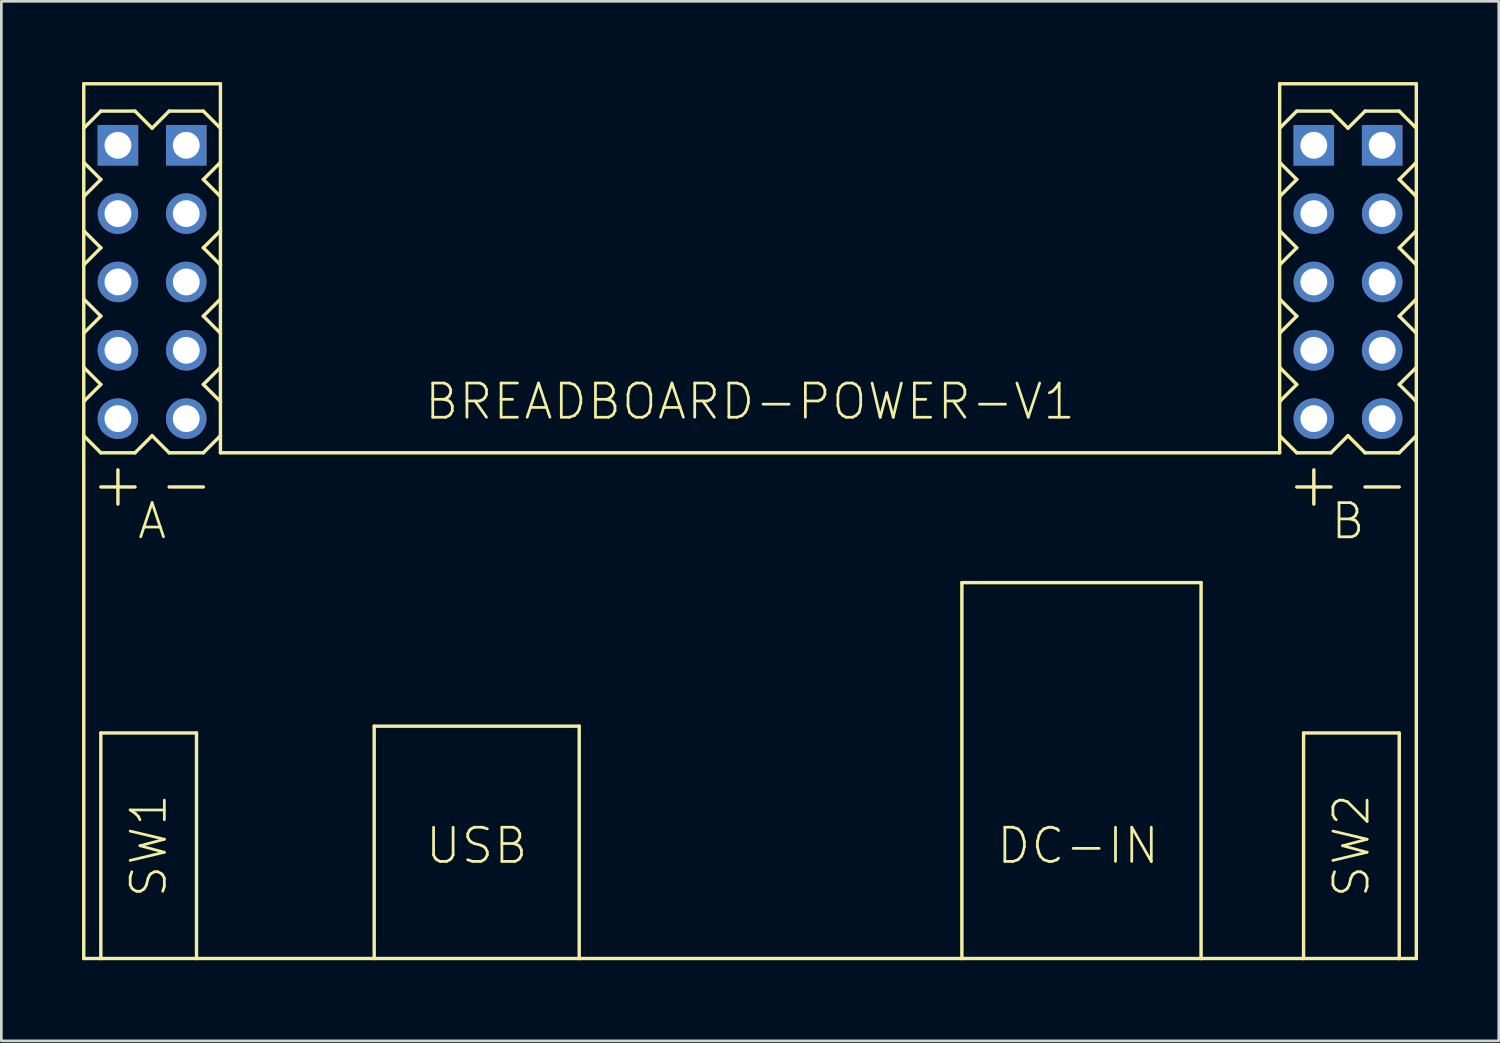
<source format=kicad_pcb>
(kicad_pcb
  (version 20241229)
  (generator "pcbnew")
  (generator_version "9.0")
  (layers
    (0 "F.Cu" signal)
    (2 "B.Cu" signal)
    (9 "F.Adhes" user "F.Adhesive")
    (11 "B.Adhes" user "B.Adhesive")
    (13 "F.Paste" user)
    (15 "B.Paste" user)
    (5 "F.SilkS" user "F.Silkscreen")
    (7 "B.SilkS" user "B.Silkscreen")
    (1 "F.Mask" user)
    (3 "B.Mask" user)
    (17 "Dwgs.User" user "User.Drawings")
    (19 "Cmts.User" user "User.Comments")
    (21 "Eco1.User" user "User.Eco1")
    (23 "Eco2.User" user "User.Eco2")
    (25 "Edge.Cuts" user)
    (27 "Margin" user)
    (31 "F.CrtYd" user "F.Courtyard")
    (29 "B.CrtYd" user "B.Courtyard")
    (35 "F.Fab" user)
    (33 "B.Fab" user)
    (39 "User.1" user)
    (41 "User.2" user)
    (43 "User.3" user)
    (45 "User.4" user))
  (footprint "BREADBOARD-POWER-V1"
    (layer "F.Cu")
    (at 24.828 16.32)
    (property "Reference" "BREADBOARD-POWER-V1" (at 0 -4.445 0) (layer "F.SilkS") (effects (font (size 1.27 1.27) (thickness 0.102))))
    (attr exclude_from_pos_files exclude_from_bom)
    (fp_line (start -24.765 -16.256) (end -24.765 -13.335) (stroke (width 0.127) (type solid)) (layer "F.SilkS"))
    (fp_line (start -24.765 -13.335) (end -24.765 -12.065) (stroke (width 0.127) (type solid)) (layer "F.SilkS"))
    (fp_line (start -24.765 -13.335) (end -24.13 -12.7) (stroke (width 0.127) (type solid)) (layer "F.SilkS"))
    (fp_line (start -24.765 -12.065) (end -24.765 -10.795) (stroke (width 0.127) (type solid)) (layer "F.SilkS"))
    (fp_line (start -24.765 -10.795) (end -24.765 -9.525) (stroke (width 0.127) (type solid)) (layer "F.SilkS"))
    (fp_line (start -24.765 -10.795) (end -24.13 -10.16) (stroke (width 0.127) (type solid)) (layer "F.SilkS"))
    (fp_line (start -24.765 -9.525) (end -24.765 -8.255) (stroke (width 0.127) (type solid)) (layer "F.SilkS"))
    (fp_line (start -24.765 -8.255) (end -24.765 -6.985) (stroke (width 0.127) (type solid)) (layer "F.SilkS"))
    (fp_line (start -24.765 -8.255) (end -24.13 -7.62) (stroke (width 0.127) (type solid)) (layer "F.SilkS"))
    (fp_line (start -24.765 -6.985) (end -24.765 -5.715) (stroke (width 0.127) (type solid)) (layer "F.SilkS"))
    (fp_line (start -24.765 -5.715) (end -24.765 -4.445) (stroke (width 0.127) (type solid)) (layer "F.SilkS"))
    (fp_line (start -24.765 -5.715) (end -24.13 -5.08) (stroke (width 0.127) (type solid)) (layer "F.SilkS"))
    (fp_line (start -24.765 -4.445) (end -24.765 -3.175) (stroke (width 0.127) (type solid)) (layer "F.SilkS"))
    (fp_line (start -24.765 -3.175) (end -24.765 16.256) (stroke (width 0.127) (type solid)) (layer "F.SilkS"))
    (fp_line (start -24.765 -3.175) (end -24.13 -2.54) (stroke (width 0.127) (type solid)) (layer "F.SilkS"))
    (fp_line (start -24.765 16.256) (end -24.13 16.256) (stroke (width 0.127) (type solid)) (layer "F.SilkS"))
    (fp_line (start -24.13 -15.24) (end -24.765 -14.605) (stroke (width 0.127) (type solid)) (layer "F.SilkS"))
    (fp_line (start -24.13 -12.7) (end -24.765 -12.065) (stroke (width 0.127) (type solid)) (layer "F.SilkS"))
    (fp_line (start -24.13 -10.16) (end -24.765 -9.525) (stroke (width 0.127) (type solid)) (layer "F.SilkS"))
    (fp_line (start -24.13 -7.62) (end -24.765 -6.985) (stroke (width 0.127) (type solid)) (layer "F.SilkS"))
    (fp_line (start -24.13 -5.08) (end -24.765 -4.445) (stroke (width 0.127) (type solid)) (layer "F.SilkS"))
    (fp_line (start -24.13 -2.54) (end -22.86 -2.54) (stroke (width 0.127) (type solid)) (layer "F.SilkS"))
    (fp_line (start -24.13 -1.27) (end -22.86 -1.27) (stroke (width 0.127) (type solid)) (layer "F.SilkS"))
    (fp_line (start -24.13 16.256) (end -24.13 7.874) (stroke (width 0.127) (type solid)) (layer "F.SilkS"))
    (fp_line (start -24.13 16.256) (end -20.574 16.256) (stroke (width 0.127) (type solid)) (layer "F.SilkS"))
    (fp_line (start -23.495 -1.905) (end -23.495 -0.635) (stroke (width 0.127) (type solid)) (layer "F.SilkS"))
    (fp_line (start -22.86 -15.24) (end -24.13 -15.24) (stroke (width 0.127) (type solid)) (layer "F.SilkS"))
    (fp_line (start -22.86 -2.54) (end -22.225 -3.175) (stroke (width 0.127) (type solid)) (layer "F.SilkS"))
    (fp_line (start -22.225 -14.605) (end -22.86 -15.24) (stroke (width 0.127) (type solid)) (layer "F.SilkS"))
    (fp_line (start -22.225 -14.605) (end -21.59 -15.24) (stroke (width 0.127) (type solid)) (layer "F.SilkS"))
    (fp_line (start -22.225 -3.175) (end -21.59 -2.54) (stroke (width 0.127) (type solid)) (layer "F.SilkS"))
    (fp_line (start -21.59 -15.24) (end -20.32 -15.24) (stroke (width 0.127) (type solid)) (layer "F.SilkS"))
    (fp_line (start -21.59 -2.54) (end -20.32 -2.54) (stroke (width 0.127) (type solid)) (layer "F.SilkS"))
    (fp_line (start -21.59 -1.27) (end -20.32 -1.27) (stroke (width 0.127) (type solid)) (layer "F.SilkS"))
    (fp_line (start -20.574 7.874) (end -24.13 7.874) (stroke (width 0.127) (type solid)) (layer "F.SilkS"))
    (fp_line (start -20.574 16.256) (end -20.574 7.874) (stroke (width 0.127) (type solid)) (layer "F.SilkS"))
    (fp_line (start -20.574 16.256) (end -13.97 16.256) (stroke (width 0.127) (type solid)) (layer "F.SilkS"))
    (fp_line (start -20.32 -15.24) (end -19.685 -14.605) (stroke (width 0.127) (type solid)) (layer "F.SilkS"))
    (fp_line (start -20.32 -12.7) (end -19.685 -13.335) (stroke (width 0.127) (type solid)) (layer "F.SilkS"))
    (fp_line (start -20.32 -10.16) (end -19.685 -10.795) (stroke (width 0.127) (type solid)) (layer "F.SilkS"))
    (fp_line (start -20.32 -7.62) (end -19.685 -8.255) (stroke (width 0.127) (type solid)) (layer "F.SilkS"))
    (fp_line (start -20.32 -5.08) (end -19.685 -5.715) (stroke (width 0.127) (type solid)) (layer "F.SilkS"))
    (fp_line (start -20.32 -2.54) (end -19.685 -3.175) (stroke (width 0.127) (type solid)) (layer "F.SilkS"))
    (fp_line (start -19.685 -16.256) (end -24.765 -16.256) (stroke (width 0.127) (type solid)) (layer "F.SilkS"))
    (fp_line (start -19.685 -13.335) (end -19.685 -16.256) (stroke (width 0.127) (type solid)) (layer "F.SilkS"))
    (fp_line (start -19.685 -12.065) (end -20.32 -12.7) (stroke (width 0.127) (type solid)) (layer "F.SilkS"))
    (fp_line (start -19.685 -12.065) (end -19.685 -13.335) (stroke (width 0.127) (type solid)) (layer "F.SilkS"))
    (fp_line (start -19.685 -10.795) (end -19.685 -12.065) (stroke (width 0.127) (type solid)) (layer "F.SilkS"))
    (fp_line (start -19.685 -9.525) (end -20.32 -10.16) (stroke (width 0.127) (type solid)) (layer "F.SilkS"))
    (fp_line (start -19.685 -9.525) (end -19.685 -10.795) (stroke (width 0.127) (type solid)) (layer "F.SilkS"))
    (fp_line (start -19.685 -8.255) (end -19.685 -9.525) (stroke (width 0.127) (type solid)) (layer "F.SilkS"))
    (fp_line (start -19.685 -6.985) (end -20.32 -7.62) (stroke (width 0.127) (type solid)) (layer "F.SilkS"))
    (fp_line (start -19.685 -6.985) (end -19.685 -8.255) (stroke (width 0.127) (type solid)) (layer "F.SilkS"))
    (fp_line (start -19.685 -5.715) (end -19.685 -6.985) (stroke (width 0.127) (type solid)) (layer "F.SilkS"))
    (fp_line (start -19.685 -4.445) (end -20.32 -5.08) (stroke (width 0.127) (type solid)) (layer "F.SilkS"))
    (fp_line (start -19.685 -4.445) (end -19.685 -5.715) (stroke (width 0.127) (type solid)) (layer "F.SilkS"))
    (fp_line (start -19.685 -3.175) (end -19.685 -4.445) (stroke (width 0.127) (type solid)) (layer "F.SilkS"))
    (fp_line (start -19.685 -2.54) (end -19.685 -3.175) (stroke (width 0.127) (type solid)) (layer "F.SilkS"))
    (fp_line (start -13.97 7.62) (end -6.35 7.62) (stroke (width 0.127) (type solid)) (layer "F.SilkS"))
    (fp_line (start -13.97 16.256) (end -13.97 7.62) (stroke (width 0.127) (type solid)) (layer "F.SilkS"))
    (fp_line (start -13.97 16.256) (end -6.35 16.256) (stroke (width 0.127) (type solid)) (layer "F.SilkS"))
    (fp_line (start -6.35 7.62) (end -6.35 16.256) (stroke (width 0.127) (type solid)) (layer "F.SilkS"))
    (fp_line (start -6.35 16.256) (end 7.874 16.256) (stroke (width 0.127) (type solid)) (layer "F.SilkS"))
    (fp_line (start 7.874 2.286) (end 16.764 2.286) (stroke (width 0.127) (type solid)) (layer "F.SilkS"))
    (fp_line (start 7.874 16.256) (end 7.874 2.286) (stroke (width 0.127) (type solid)) (layer "F.SilkS"))
    (fp_line (start 7.874 16.256) (end 16.764 16.256) (stroke (width 0.127) (type solid)) (layer "F.SilkS"))
    (fp_line (start 16.764 2.286) (end 16.764 16.256) (stroke (width 0.127) (type solid)) (layer "F.SilkS"))
    (fp_line (start 16.764 16.256) (end 20.574 16.256) (stroke (width 0.127) (type solid)) (layer "F.SilkS"))
    (fp_line (start 19.685 -16.256) (end 19.685 -14.605) (stroke (width 0.127) (type solid)) (layer "F.SilkS"))
    (fp_line (start 19.685 -14.605) (end 19.685 -13.335) (stroke (width 0.127) (type solid)) (layer "F.SilkS"))
    (fp_line (start 19.685 -14.605) (end 20.32 -15.24) (stroke (width 0.127) (type solid)) (layer "F.SilkS"))
    (fp_line (start 19.685 -13.335) (end 19.685 -12.065) (stroke (width 0.127) (type solid)) (layer "F.SilkS"))
    (fp_line (start 19.685 -13.335) (end 20.32 -12.7) (stroke (width 0.127) (type solid)) (layer "F.SilkS"))
    (fp_line (start 19.685 -12.065) (end 19.685 -10.795) (stroke (width 0.127) (type solid)) (layer "F.SilkS"))
    (fp_line (start 19.685 -10.795) (end 19.685 -9.525) (stroke (width 0.127) (type solid)) (layer "F.SilkS"))
    (fp_line (start 19.685 -10.795) (end 20.32 -10.16) (stroke (width 0.127) (type solid)) (layer "F.SilkS"))
    (fp_line (start 19.685 -9.525) (end 19.685 -8.255) (stroke (width 0.127) (type solid)) (layer "F.SilkS"))
    (fp_line (start 19.685 -8.255) (end 19.685 -6.985) (stroke (width 0.127) (type solid)) (layer "F.SilkS"))
    (fp_line (start 19.685 -8.255) (end 20.32 -7.62) (stroke (width 0.127) (type solid)) (layer "F.SilkS"))
    (fp_line (start 19.685 -6.985) (end 19.685 -5.715) (stroke (width 0.127) (type solid)) (layer "F.SilkS"))
    (fp_line (start 19.685 -5.715) (end 19.685 -4.445) (stroke (width 0.127) (type solid)) (layer "F.SilkS"))
    (fp_line (start 19.685 -5.715) (end 20.32 -5.08) (stroke (width 0.127) (type solid)) (layer "F.SilkS"))
    (fp_line (start 19.685 -4.445) (end 19.685 -3.175) (stroke (width 0.127) (type solid)) (layer "F.SilkS"))
    (fp_line (start 19.685 -3.175) (end 19.685 -2.54) (stroke (width 0.127) (type solid)) (layer "F.SilkS"))
    (fp_line (start 19.685 -3.175) (end 20.32 -2.54) (stroke (width 0.127) (type solid)) (layer "F.SilkS"))
    (fp_line (start 19.685 -2.54) (end -19.685 -2.54) (stroke (width 0.127) (type solid)) (layer "F.SilkS"))
    (fp_line (start 20.32 -15.24) (end 21.59 -15.24) (stroke (width 0.127) (type solid)) (layer "F.SilkS"))
    (fp_line (start 20.32 -12.7) (end 19.685 -12.065) (stroke (width 0.127) (type solid)) (layer "F.SilkS"))
    (fp_line (start 20.32 -10.16) (end 19.685 -9.525) (stroke (width 0.127) (type solid)) (layer "F.SilkS"))
    (fp_line (start 20.32 -7.62) (end 19.685 -6.985) (stroke (width 0.127) (type solid)) (layer "F.SilkS"))
    (fp_line (start 20.32 -5.08) (end 19.685 -4.445) (stroke (width 0.127) (type solid)) (layer "F.SilkS"))
    (fp_line (start 20.32 -2.54) (end 21.59 -2.54) (stroke (width 0.127) (type solid)) (layer "F.SilkS"))
    (fp_line (start 20.32 -1.27) (end 21.59 -1.27) (stroke (width 0.127) (type solid)) (layer "F.SilkS"))
    (fp_line (start 20.574 7.874) (end 20.574 16.256) (stroke (width 0.127) (type solid)) (layer "F.SilkS"))
    (fp_line (start 20.574 16.256) (end 24.13 16.256) (stroke (width 0.127) (type solid)) (layer "F.SilkS"))
    (fp_line (start 20.955 -1.905) (end 20.955 -0.635) (stroke (width 0.127) (type solid)) (layer "F.SilkS"))
    (fp_line (start 21.59 -15.24) (end 22.225 -14.605) (stroke (width 0.127) (type solid)) (layer "F.SilkS"))
    (fp_line (start 21.59 -2.54) (end 22.225 -3.175) (stroke (width 0.127) (type solid)) (layer "F.SilkS"))
    (fp_line (start 22.225 -14.605) (end 22.86 -15.24) (stroke (width 0.127) (type solid)) (layer "F.SilkS"))
    (fp_line (start 22.225 -3.175) (end 22.86 -2.54) (stroke (width 0.127) (type solid)) (layer "F.SilkS"))
    (fp_line (start 22.86 -15.24) (end 24.13 -15.24) (stroke (width 0.127) (type solid)) (layer "F.SilkS"))
    (fp_line (start 22.86 -2.54) (end 24.13 -2.54) (stroke (width 0.127) (type solid)) (layer "F.SilkS"))
    (fp_line (start 22.86 -1.27) (end 24.13 -1.27) (stroke (width 0.127) (type solid)) (layer "F.SilkS"))
    (fp_line (start 24.13 -15.24) (end 24.765 -14.605) (stroke (width 0.127) (type solid)) (layer "F.SilkS"))
    (fp_line (start 24.13 -12.7) (end 24.765 -13.335) (stroke (width 0.127) (type solid)) (layer "F.SilkS"))
    (fp_line (start 24.13 -10.16) (end 24.765 -10.795) (stroke (width 0.127) (type solid)) (layer "F.SilkS"))
    (fp_line (start 24.13 -7.62) (end 24.765 -8.255) (stroke (width 0.127) (type solid)) (layer "F.SilkS"))
    (fp_line (start 24.13 -5.08) (end 24.765 -5.715) (stroke (width 0.127) (type solid)) (layer "F.SilkS"))
    (fp_line (start 24.13 -2.54) (end 24.765 -3.175) (stroke (width 0.127) (type solid)) (layer "F.SilkS"))
    (fp_line (start 24.13 7.874) (end 20.574 7.874) (stroke (width 0.127) (type solid)) (layer "F.SilkS"))
    (fp_line (start 24.13 16.256) (end 24.13 7.874) (stroke (width 0.127) (type solid)) (layer "F.SilkS"))
    (fp_line (start 24.13 16.256) (end 24.765 16.256) (stroke (width 0.127) (type solid)) (layer "F.SilkS"))
    (fp_line (start 24.765 -16.256) (end 19.685 -16.256) (stroke (width 0.127) (type solid)) (layer "F.SilkS"))
    (fp_line (start 24.765 -14.605) (end 24.765 -16.256) (stroke (width 0.127) (type solid)) (layer "F.SilkS"))
    (fp_line (start 24.765 -13.335) (end 24.765 -14.605) (stroke (width 0.127) (type solid)) (layer "F.SilkS"))
    (fp_line (start 24.765 -12.065) (end 24.13 -12.7) (stroke (width 0.127) (type solid)) (layer "F.SilkS"))
    (fp_line (start 24.765 -12.065) (end 24.765 -13.335) (stroke (width 0.127) (type solid)) (layer "F.SilkS"))
    (fp_line (start 24.765 -10.795) (end 24.765 -12.065) (stroke (width 0.127) (type solid)) (layer "F.SilkS"))
    (fp_line (start 24.765 -9.525) (end 24.13 -10.16) (stroke (width 0.127) (type solid)) (layer "F.SilkS"))
    (fp_line (start 24.765 -9.525) (end 24.765 -10.795) (stroke (width 0.127) (type solid)) (layer "F.SilkS"))
    (fp_line (start 24.765 -8.255) (end 24.765 -9.525) (stroke (width 0.127) (type solid)) (layer "F.SilkS"))
    (fp_line (start 24.765 -6.985) (end 24.13 -7.62) (stroke (width 0.127) (type solid)) (layer "F.SilkS"))
    (fp_line (start 24.765 -6.985) (end 24.765 -8.255) (stroke (width 0.127) (type solid)) (layer "F.SilkS"))
    (fp_line (start 24.765 -5.715) (end 24.765 -6.985) (stroke (width 0.127) (type solid)) (layer "F.SilkS"))
    (fp_line (start 24.765 -4.445) (end 24.13 -5.08) (stroke (width 0.127) (type solid)) (layer "F.SilkS"))
    (fp_line (start 24.765 -4.445) (end 24.765 -5.715) (stroke (width 0.127) (type solid)) (layer "F.SilkS"))
    (fp_line (start 24.765 -3.175) (end 24.765 -4.445) (stroke (width 0.127) (type solid)) (layer "F.SilkS"))
    (fp_line (start 24.765 16.256) (end 24.765 -3.175) (stroke (width 0.127) (type solid)) (layer "F.SilkS"))
    (fp_text user "USB" (at -10.16 12.065 0) (layer "F.SilkS") (effects (font (size 1.27 1.27) (thickness 0.102))))
    (fp_text user "A" (at -22.225 0 0) (layer "F.SilkS") (effects (font (size 1.27 1.27) (thickness 0.102))))
    (fp_text user "DC-IN" (at 12.192 12.065 0) (layer "F.SilkS") (effects (font (size 1.27 1.27) (thickness 0.102))))
    (fp_text user "SW2" (at 22.352 12.065 90) (layer "F.SilkS") (effects (font (size 1.27 1.27) (thickness 0.102))))
    (fp_text user "SW1" (at -22.352 12.065 90) (layer "F.SilkS") (effects (font (size 1.27 1.27) (thickness 0.102))))
    (fp_text user "B" (at 22.225 0 0) (layer "F.SilkS") (effects (font (size 1.27 1.27) (thickness 0.102))))
    (pad "A.M.1" thru_hole rect (at -20.955 -13.97) (size 1.506 1.506) (drill 0.998) (layers "*.Cu" "*.Paste" "*.Mask"))
    (pad "A.M.2" thru_hole circle (at -20.955 -11.43) (size 1.506 1.506) (drill 0.998) (layers "*.Cu" "*.Paste" "*.Mask"))
    (pad "A.M.3" thru_hole circle (at -20.955 -8.89) (size 1.506 1.506) (drill 0.998) (layers "*.Cu" "*.Paste" "*.Mask"))
    (pad "A.M.4" thru_hole circle (at -20.955 -6.35) (size 1.506 1.506) (drill 0.998) (layers "*.Cu" "*.Paste" "*.Mask"))
    (pad "A.M.5" thru_hole circle (at -20.955 -3.81) (size 1.506 1.506) (drill 0.998) (layers "*.Cu" "*.Paste" "*.Mask"))
    (pad "A.P.1" thru_hole rect (at -23.495 -13.97) (size 1.506 1.506) (drill 0.998) (layers "*.Cu" "*.Paste" "*.Mask"))
    (pad "A.P.2" thru_hole circle (at -23.495 -11.43) (size 1.506 1.506) (drill 0.998) (layers "*.Cu" "*.Paste" "*.Mask"))
    (pad "A.P.3" thru_hole circle (at -23.495 -8.89) (size 1.506 1.506) (drill 0.998) (layers "*.Cu" "*.Paste" "*.Mask"))
    (pad "A.P.4" thru_hole circle (at -23.495 -6.35) (size 1.506 1.506) (drill 0.998) (layers "*.Cu" "*.Paste" "*.Mask"))
    (pad "A.P.5" thru_hole circle (at -23.495 -3.81) (size 1.506 1.506) (drill 0.998) (layers "*.Cu" "*.Paste" "*.Mask"))
    (pad "B.M.1" thru_hole rect (at 23.495 -13.97) (size 1.506 1.506) (drill 0.998) (layers "*.Cu" "*.Paste" "*.Mask"))
    (pad "B.M.2" thru_hole circle (at 23.495 -11.43) (size 1.506 1.506) (drill 0.998) (layers "*.Cu" "*.Paste" "*.Mask"))
    (pad "B.M.3" thru_hole circle (at 23.495 -8.89) (size 1.506 1.506) (drill 0.998) (layers "*.Cu" "*.Paste" "*.Mask"))
    (pad "B.M.4" thru_hole circle (at 23.495 -6.35) (size 1.506 1.506) (drill 0.998) (layers "*.Cu" "*.Paste" "*.Mask"))
    (pad "B.M.5" thru_hole circle (at 23.495 -3.81) (size 1.506 1.506) (drill 0.998) (layers "*.Cu" "*.Paste" "*.Mask"))
    (pad "B.P.1" thru_hole rect (at 20.955 -13.97) (size 1.506 1.506) (drill 0.998) (layers "*.Cu" "*.Paste" "*.Mask"))
    (pad "B.P.2" thru_hole circle (at 20.955 -11.43) (size 1.506 1.506) (drill 0.998) (layers "*.Cu" "*.Paste" "*.Mask"))
    (pad "B.P.3" thru_hole circle (at 20.955 -8.89) (size 1.506 1.506) (drill 0.998) (layers "*.Cu" "*.Paste" "*.Mask"))
    (pad "B.P.4" thru_hole circle (at 20.955 -6.35) (size 1.506 1.506) (drill 0.998) (layers "*.Cu" "*.Paste" "*.Mask"))
    (pad "B.P.5" thru_hole circle (at 20.955 -3.81) (size 1.506 1.506) (drill 0.998) (layers "*.Cu" "*.Paste" "*.Mask")))
  (gr_rect
    (start -3 -3)
    (end 52.657 35.639)
    (stroke (width 0.1) (type default))
    (fill no)
    (layer "Edge.Cuts")))
</source>
